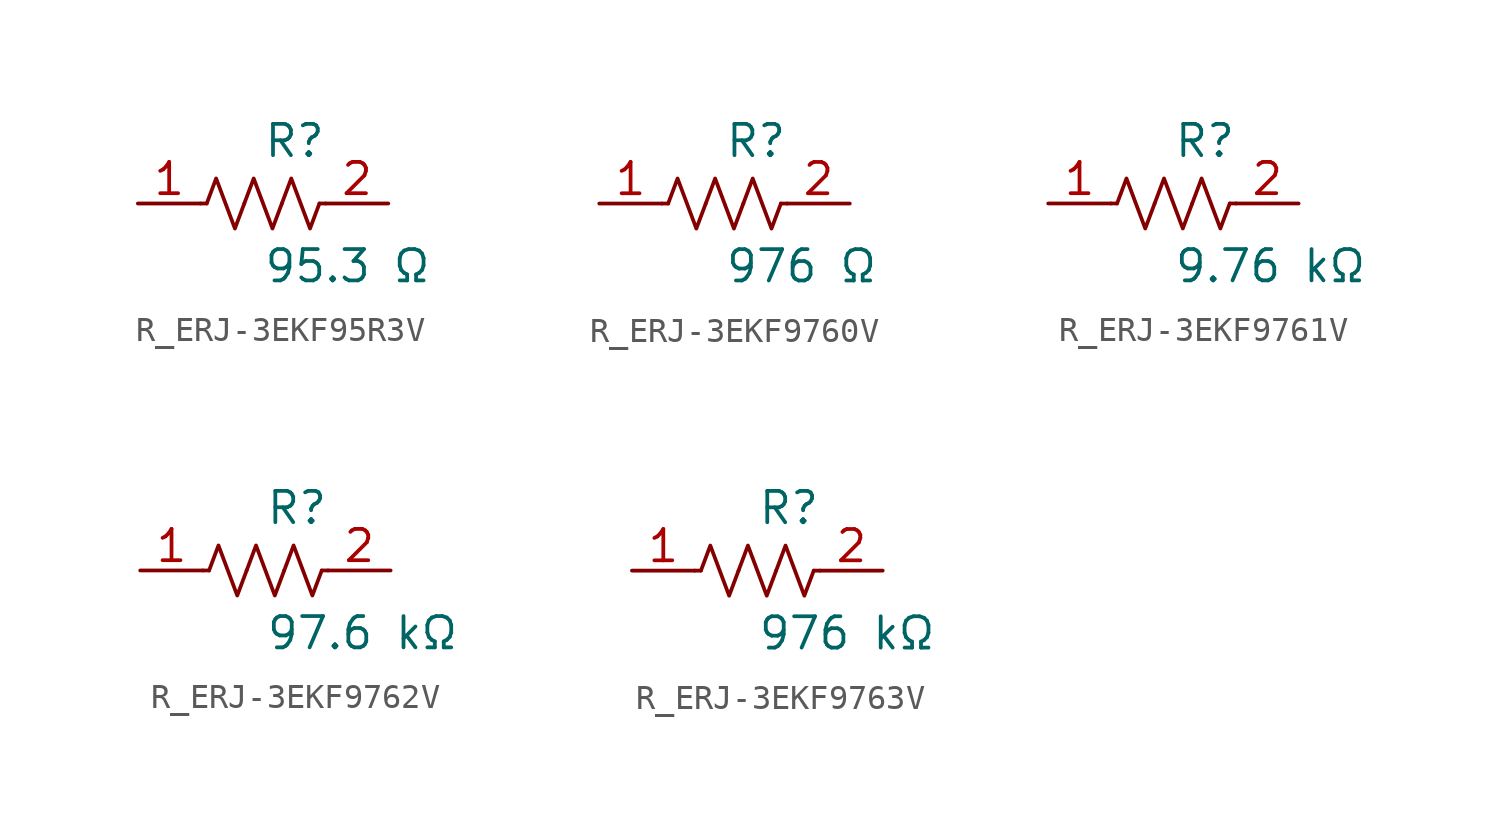
<source format=kicad_sym>
(kicad_symbol_lib
  (version 20231120)
  (generator "kicad_symbol_editor")
  (generator_version "8.0")
  (symbol "R_ERJ-3EKF95R3V"
    (pin_names
      (offset 0.254))
    (property "Reference" "R"
      (at 0 2.54 0)
      (effects (font (size 1.27 1.27)) (justify left)))
    (property "Value" "95.3 Ω"
      (at 0 -2.54 0)
      (effects (font (size 1.27 1.27)) (justify left)))
    (symbol "R_ERJ-3EKF95R3V_0_1"
      (polyline (pts (xy 2.286 0) (xy 2.54 0)) (stroke (width 0) (type default)) (fill (type none)))
      (polyline (pts (xy -2.286 0) (xy -2.54 0)) (stroke (width 0) (type default)) (fill (type none)))
      (polyline (pts (xy 0.762 0) (xy 1.143 1.016) (xy 1.524 0) (xy 1.905 -1.016) (xy 2.286 0)) (stroke (width 0) (type default)) (fill (type none)))
      (polyline (pts (xy -0.762 0) (xy -0.381 1.016) (xy 0 0) (xy 0.381 -1.016) (xy 0.762 0)) (stroke (width 0) (type default)) (fill (type none)))
      (polyline (pts (xy -2.286 0) (xy -1.905 1.016) (xy -1.524 0) (xy -1.143 -1.016) (xy -0.762 0)) (stroke (width 0) (type default)) (fill (type none))))
    (pin unspecified line
      (at -5.08 0 0)
      (length 2.54)
      (name "" (effects (font (size 1.27 1.27))))
      (number "1" (effects (font (size 1.27 1.27)))))
    (pin unspecified line
      (at 5.08 0 180)
      (length 2.54)
      (name "" (effects (font (size 1.27 1.27))))
      (number "2" (effects (font (size 1.27 1.27))))))
  (symbol "R_ERJ-3EKF9760V"
    (pin_names
      (offset 0.254))
    (property "Reference" "R"
      (at 0 2.54 0)
      (effects (font (size 1.27 1.27)) (justify left)))
    (property "Value" "976 Ω"
      (at 0 -2.54 0)
      (effects (font (size 1.27 1.27)) (justify left)))
    (symbol "R_ERJ-3EKF9760V_0_1"
      (polyline (pts (xy 2.286 0) (xy 2.54 0)) (stroke (width 0) (type default)) (fill (type none)))
      (polyline (pts (xy -2.286 0) (xy -2.54 0)) (stroke (width 0) (type default)) (fill (type none)))
      (polyline (pts (xy 0.762 0) (xy 1.143 1.016) (xy 1.524 0) (xy 1.905 -1.016) (xy 2.286 0)) (stroke (width 0) (type default)) (fill (type none)))
      (polyline (pts (xy -0.762 0) (xy -0.381 1.016) (xy 0 0) (xy 0.381 -1.016) (xy 0.762 0)) (stroke (width 0) (type default)) (fill (type none)))
      (polyline (pts (xy -2.286 0) (xy -1.905 1.016) (xy -1.524 0) (xy -1.143 -1.016) (xy -0.762 0)) (stroke (width 0) (type default)) (fill (type none))))
    (pin unspecified line
      (at -5.08 0 0)
      (length 2.54)
      (name "" (effects (font (size 1.27 1.27))))
      (number "1" (effects (font (size 1.27 1.27)))))
    (pin unspecified line
      (at 5.08 0 180)
      (length 2.54)
      (name "" (effects (font (size 1.27 1.27))))
      (number "2" (effects (font (size 1.27 1.27))))))
  (symbol "R_ERJ-3EKF9761V"
    (pin_names
      (offset 0.254))
    (property "Reference" "R"
      (at 0 2.54 0)
      (effects (font (size 1.27 1.27)) (justify left)))
    (property "Value" "9.76 kΩ"
      (at 0 -2.54 0)
      (effects (font (size 1.27 1.27)) (justify left)))
    (symbol "R_ERJ-3EKF9761V_0_1"
      (polyline (pts (xy 2.286 0) (xy 2.54 0)) (stroke (width 0) (type default)) (fill (type none)))
      (polyline (pts (xy -2.286 0) (xy -2.54 0)) (stroke (width 0) (type default)) (fill (type none)))
      (polyline (pts (xy 0.762 0) (xy 1.143 1.016) (xy 1.524 0) (xy 1.905 -1.016) (xy 2.286 0)) (stroke (width 0) (type default)) (fill (type none)))
      (polyline (pts (xy -0.762 0) (xy -0.381 1.016) (xy 0 0) (xy 0.381 -1.016) (xy 0.762 0)) (stroke (width 0) (type default)) (fill (type none)))
      (polyline (pts (xy -2.286 0) (xy -1.905 1.016) (xy -1.524 0) (xy -1.143 -1.016) (xy -0.762 0)) (stroke (width 0) (type default)) (fill (type none))))
    (pin unspecified line
      (at -5.08 0 0)
      (length 2.54)
      (name "" (effects (font (size 1.27 1.27))))
      (number "1" (effects (font (size 1.27 1.27)))))
    (pin unspecified line
      (at 5.08 0 180)
      (length 2.54)
      (name "" (effects (font (size 1.27 1.27))))
      (number "2" (effects (font (size 1.27 1.27))))))
  (symbol "R_ERJ-3EKF9762V"
    (pin_names
      (offset 0.254))
    (property "Reference" "R"
      (at 0 2.54 0)
      (effects (font (size 1.27 1.27)) (justify left)))
    (property "Value" "97.6 kΩ"
      (at 0 -2.54 0)
      (effects (font (size 1.27 1.27)) (justify left)))
    (symbol "R_ERJ-3EKF9762V_0_1"
      (polyline (pts (xy 2.286 0) (xy 2.54 0)) (stroke (width 0) (type default)) (fill (type none)))
      (polyline (pts (xy -2.286 0) (xy -2.54 0)) (stroke (width 0) (type default)) (fill (type none)))
      (polyline (pts (xy 0.762 0) (xy 1.143 1.016) (xy 1.524 0) (xy 1.905 -1.016) (xy 2.286 0)) (stroke (width 0) (type default)) (fill (type none)))
      (polyline (pts (xy -0.762 0) (xy -0.381 1.016) (xy 0 0) (xy 0.381 -1.016) (xy 0.762 0)) (stroke (width 0) (type default)) (fill (type none)))
      (polyline (pts (xy -2.286 0) (xy -1.905 1.016) (xy -1.524 0) (xy -1.143 -1.016) (xy -0.762 0)) (stroke (width 0) (type default)) (fill (type none))))
    (pin unspecified line
      (at -5.08 0 0)
      (length 2.54)
      (name "" (effects (font (size 1.27 1.27))))
      (number "1" (effects (font (size 1.27 1.27)))))
    (pin unspecified line
      (at 5.08 0 180)
      (length 2.54)
      (name "" (effects (font (size 1.27 1.27))))
      (number "2" (effects (font (size 1.27 1.27))))))
  (symbol "R_ERJ-3EKF9763V"
    (pin_names
      (offset 0.254))
    (property "Reference" "R"
      (at 0 2.54 0)
      (effects (font (size 1.27 1.27)) (justify left)))
    (property "Value" "976 kΩ"
      (at 0 -2.54 0)
      (effects (font (size 1.27 1.27)) (justify left)))
    (symbol "R_ERJ-3EKF9763V_0_1"
      (polyline (pts (xy 2.286 0) (xy 2.54 0)) (stroke (width 0) (type default)) (fill (type none)))
      (polyline (pts (xy -2.286 0) (xy -2.54 0)) (stroke (width 0) (type default)) (fill (type none)))
      (polyline (pts (xy 0.762 0) (xy 1.143 1.016) (xy 1.524 0) (xy 1.905 -1.016) (xy 2.286 0)) (stroke (width 0) (type default)) (fill (type none)))
      (polyline (pts (xy -0.762 0) (xy -0.381 1.016) (xy 0 0) (xy 0.381 -1.016) (xy 0.762 0)) (stroke (width 0) (type default)) (fill (type none)))
      (polyline (pts (xy -2.286 0) (xy -1.905 1.016) (xy -1.524 0) (xy -1.143 -1.016) (xy -0.762 0)) (stroke (width 0) (type default)) (fill (type none))))
    (pin unspecified line
      (at -5.08 0 0)
      (length 2.54)
      (name "" (effects (font (size 1.27 1.27))))
      (number "1" (effects (font (size 1.27 1.27)))))
    (pin unspecified line
      (at 5.08 0 180)
      (length 2.54)
      (name "" (effects (font (size 1.27 1.27))))
      (number "2" (effects (font (size 1.27 1.27)))))))
</source>
